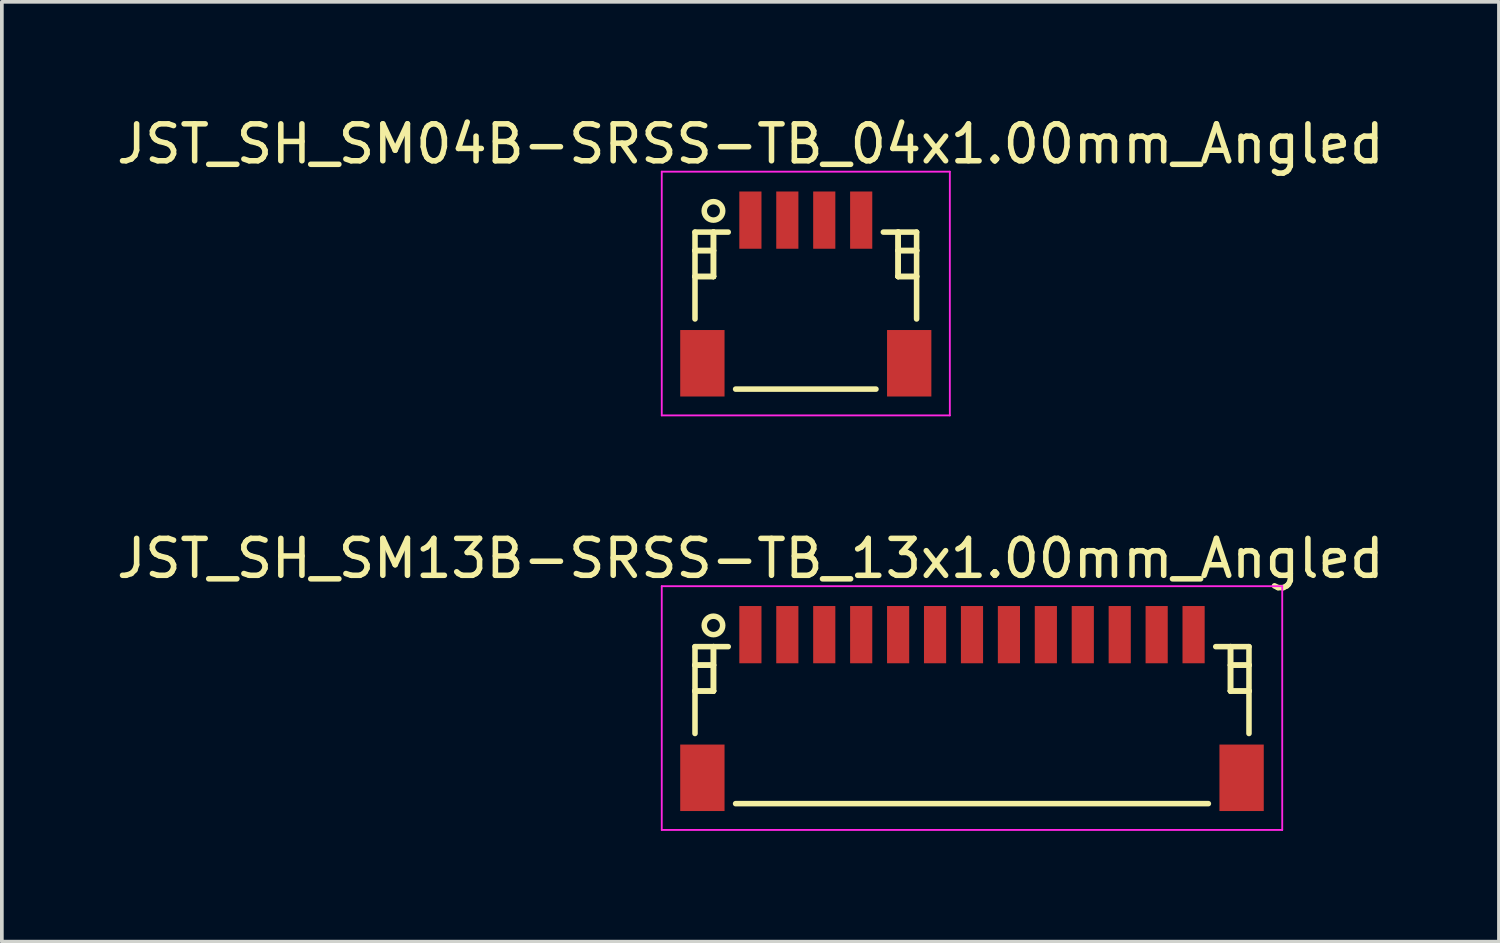
<source format=kicad_pcb>
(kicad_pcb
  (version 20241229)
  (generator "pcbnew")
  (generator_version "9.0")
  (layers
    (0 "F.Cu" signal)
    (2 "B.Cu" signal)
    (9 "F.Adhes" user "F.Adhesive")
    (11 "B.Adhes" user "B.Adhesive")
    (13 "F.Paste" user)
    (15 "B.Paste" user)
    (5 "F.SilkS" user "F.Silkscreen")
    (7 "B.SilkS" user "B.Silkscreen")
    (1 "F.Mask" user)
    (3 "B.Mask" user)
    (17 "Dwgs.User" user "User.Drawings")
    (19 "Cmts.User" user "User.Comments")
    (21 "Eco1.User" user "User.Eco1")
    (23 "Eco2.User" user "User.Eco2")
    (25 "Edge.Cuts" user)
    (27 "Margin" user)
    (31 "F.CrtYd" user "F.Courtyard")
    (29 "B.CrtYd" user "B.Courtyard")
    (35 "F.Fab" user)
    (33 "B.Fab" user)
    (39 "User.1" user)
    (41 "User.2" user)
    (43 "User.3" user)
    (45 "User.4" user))
  (footprint "JST_SH_SM13B-SRSS-TB_13x1.00mm_Angled"
    (layer "F.Cu")
    (at 23.268 16.072)
    (property "Reference" "JST_SH_SM13B-SRSS-TB_13x1.00mm_Angled" (at -6 -4 0) (layer "F.SilkS") (effects (font (size 1 1) (thickness 0.15))))
    (attr smd)
    (fp_line (start -7.5 -1.613) (end -6.6 -1.613) (stroke (width 0.15) (type solid)) (layer "F.SilkS"))
    (fp_line (start -7.5 -1.113) (end -7.5 -1.113) (stroke (width 0.15) (type solid)) (layer "F.SilkS"))
    (fp_line (start -7.5 -1.113) (end -7 -1.113) (stroke (width 0.15) (type solid)) (layer "F.SilkS"))
    (fp_line (start -7.5 -0.412) (end -7.5 -0.412) (stroke (width 0.15) (type solid)) (layer "F.SilkS"))
    (fp_line (start -7.5 -0.412) (end -7 -0.412) (stroke (width 0.15) (type solid)) (layer "F.SilkS"))
    (fp_line (start -7.5 0.738) (end -7.5 -1.613) (stroke (width 0.15) (type solid)) (layer "F.SilkS"))
    (fp_line (start -7 -1.613) (end -7 -1.613) (stroke (width 0.15) (type solid)) (layer "F.SilkS"))
    (fp_line (start -7 -1.613) (end -7 -0.412) (stroke (width 0.15) (type solid)) (layer "F.SilkS"))
    (fp_line (start -7 -1.113) (end -7.5 -1.113) (stroke (width 0.15) (type solid)) (layer "F.SilkS"))
    (fp_line (start -7 -1.113) (end -7 -1.113) (stroke (width 0.15) (type solid)) (layer "F.SilkS"))
    (fp_line (start -7 -0.412) (end -7.5 -0.412) (stroke (width 0.15) (type solid)) (layer "F.SilkS"))
    (fp_line (start -7 -0.412) (end -7 -1.613) (stroke (width 0.15) (type solid)) (layer "F.SilkS"))
    (fp_line (start -7 -0.412) (end -7 -0.412) (stroke (width 0.15) (type solid)) (layer "F.SilkS"))
    (fp_line (start -7 -0.412) (end -7 -0.412) (stroke (width 0.15) (type solid)) (layer "F.SilkS"))
    (fp_line (start -6.4 2.638) (end 6.4 2.638) (stroke (width 0.15) (type solid)) (layer "F.SilkS"))
    (fp_line (start 7 -1.613) (end 7 -1.613) (stroke (width 0.15) (type solid)) (layer "F.SilkS"))
    (fp_line (start 7 -1.613) (end 7 -0.412) (stroke (width 0.15) (type solid)) (layer "F.SilkS"))
    (fp_line (start 7 -1.113) (end 7 -1.113) (stroke (width 0.15) (type solid)) (layer "F.SilkS"))
    (fp_line (start 7 -1.113) (end 7.5 -1.113) (stroke (width 0.15) (type solid)) (layer "F.SilkS"))
    (fp_line (start 7 -0.412) (end 7 -1.613) (stroke (width 0.15) (type solid)) (layer "F.SilkS"))
    (fp_line (start 7 -0.412) (end 7 -0.412) (stroke (width 0.15) (type solid)) (layer "F.SilkS"))
    (fp_line (start 7 -0.412) (end 7 -0.412) (stroke (width 0.15) (type solid)) (layer "F.SilkS"))
    (fp_line (start 7 -0.412) (end 7.5 -0.412) (stroke (width 0.15) (type solid)) (layer "F.SilkS"))
    (fp_line (start 7.5 -1.613) (end 6.6 -1.613) (stroke (width 0.15) (type solid)) (layer "F.SilkS"))
    (fp_line (start 7.5 -1.113) (end 7 -1.113) (stroke (width 0.15) (type solid)) (layer "F.SilkS"))
    (fp_line (start 7.5 -1.113) (end 7.5 -1.113) (stroke (width 0.15) (type solid)) (layer "F.SilkS"))
    (fp_line (start 7.5 -0.412) (end 7 -0.412) (stroke (width 0.15) (type solid)) (layer "F.SilkS"))
    (fp_line (start 7.5 -0.412) (end 7.5 -0.412) (stroke (width 0.15) (type solid)) (layer "F.SilkS"))
    (fp_line (start 7.5 0.738) (end 7.5 -1.613) (stroke (width 0.15) (type solid)) (layer "F.SilkS"))
    (fp_circle (center -7 -2.188) (end -6.75 -2.188) (stroke (width 0.15) (type solid)) (fill no) (layer "F.SilkS"))
    (fp_line (start -8.4 -3.25) (end 8.4 -3.25) (stroke (width 0.05) (type solid)) (layer "F.CrtYd"))
    (fp_line (start -8.4 3.35) (end -8.4 -3.25) (stroke (width 0.05) (type solid)) (layer "F.CrtYd"))
    (fp_line (start 8.4 -3.25) (end 8.4 3.35) (stroke (width 0.05) (type solid)) (layer "F.CrtYd"))
    (fp_line (start 8.4 3.35) (end -8.4 3.35) (stroke (width 0.05) (type solid)) (layer "F.CrtYd"))
    (pad "" smd rect (at -7.3 1.938) (size 1.2 1.8) (layers "F.Cu" "F.Mask" "F.Paste"))
    (pad "" smd rect (at 7.3 1.938) (size 1.2 1.8) (layers "F.Cu" "F.Mask" "F.Paste"))
    (pad "1" smd rect (at -6 -1.938) (size 0.6 1.55) (layers "F.Cu" "F.Mask" "F.Paste"))
    (pad "2" smd rect (at -5 -1.938) (size 0.6 1.55) (layers "F.Cu" "F.Mask" "F.Paste"))
    (pad "3" smd rect (at -4 -1.938) (size 0.6 1.55) (layers "F.Cu" "F.Mask" "F.Paste"))
    (pad "4" smd rect (at -3 -1.938) (size 0.6 1.55) (layers "F.Cu" "F.Mask" "F.Paste"))
    (pad "5" smd rect (at -2 -1.938) (size 0.6 1.55) (layers "F.Cu" "F.Mask" "F.Paste"))
    (pad "6" smd rect (at -1 -1.938) (size 0.6 1.55) (layers "F.Cu" "F.Mask" "F.Paste"))
    (pad "7" smd rect (at 0 -1.938) (size 0.6 1.55) (layers "F.Cu" "F.Mask" "F.Paste"))
    (pad "8" smd rect (at 1 -1.938) (size 0.6 1.55) (layers "F.Cu" "F.Mask" "F.Paste"))
    (pad "9" smd rect (at 2 -1.938) (size 0.6 1.55) (layers "F.Cu" "F.Mask" "F.Paste"))
    (pad "10" smd rect (at 3 -1.938) (size 0.6 1.55) (layers "F.Cu" "F.Mask" "F.Paste"))
    (pad "11" smd rect (at 4 -1.938) (size 0.6 1.55) (layers "F.Cu" "F.Mask" "F.Paste"))
    (pad "12" smd rect (at 5 -1.938) (size 0.6 1.55) (layers "F.Cu" "F.Mask" "F.Paste"))
    (pad "13" smd rect (at 6 -1.938) (size 0.6 1.55) (layers "F.Cu" "F.Mask" "F.Paste")))
  (footprint "JST_SH_SM04B-SRSS-TB_04x1.00mm_Angled"
    (layer "F.Cu")
    (at 18.768 4.848)
    (property "Reference" "JST_SH_SM04B-SRSS-TB_04x1.00mm_Angled" (at -1.5 -4 0) (layer "F.SilkS") (effects (font (size 1 1) (thickness 0.15))))
    (attr smd)
    (fp_line (start -3 -1.613) (end -2.1 -1.613) (stroke (width 0.15) (type solid)) (layer "F.SilkS"))
    (fp_line (start -3 -1.113) (end -3 -1.113) (stroke (width 0.15) (type solid)) (layer "F.SilkS"))
    (fp_line (start -3 -1.113) (end -2.5 -1.113) (stroke (width 0.15) (type solid)) (layer "F.SilkS"))
    (fp_line (start -3 -0.412) (end -3 -0.412) (stroke (width 0.15) (type solid)) (layer "F.SilkS"))
    (fp_line (start -3 -0.412) (end -2.5 -0.412) (stroke (width 0.15) (type solid)) (layer "F.SilkS"))
    (fp_line (start -3 0.738) (end -3 -1.613) (stroke (width 0.15) (type solid)) (layer "F.SilkS"))
    (fp_line (start -2.5 -1.613) (end -2.5 -1.613) (stroke (width 0.15) (type solid)) (layer "F.SilkS"))
    (fp_line (start -2.5 -1.613) (end -2.5 -0.412) (stroke (width 0.15) (type solid)) (layer "F.SilkS"))
    (fp_line (start -2.5 -1.113) (end -3 -1.113) (stroke (width 0.15) (type solid)) (layer "F.SilkS"))
    (fp_line (start -2.5 -1.113) (end -2.5 -1.113) (stroke (width 0.15) (type solid)) (layer "F.SilkS"))
    (fp_line (start -2.5 -0.412) (end -3 -0.412) (stroke (width 0.15) (type solid)) (layer "F.SilkS"))
    (fp_line (start -2.5 -0.412) (end -2.5 -1.613) (stroke (width 0.15) (type solid)) (layer "F.SilkS"))
    (fp_line (start -2.5 -0.412) (end -2.5 -0.412) (stroke (width 0.15) (type solid)) (layer "F.SilkS"))
    (fp_line (start -2.5 -0.412) (end -2.5 -0.412) (stroke (width 0.15) (type solid)) (layer "F.SilkS"))
    (fp_line (start -1.9 2.638) (end 1.9 2.638) (stroke (width 0.15) (type solid)) (layer "F.SilkS"))
    (fp_line (start 2.5 -1.613) (end 2.5 -1.613) (stroke (width 0.15) (type solid)) (layer "F.SilkS"))
    (fp_line (start 2.5 -1.613) (end 2.5 -0.412) (stroke (width 0.15) (type solid)) (layer "F.SilkS"))
    (fp_line (start 2.5 -1.113) (end 2.5 -1.113) (stroke (width 0.15) (type solid)) (layer "F.SilkS"))
    (fp_line (start 2.5 -1.113) (end 3 -1.113) (stroke (width 0.15) (type solid)) (layer "F.SilkS"))
    (fp_line (start 2.5 -0.412) (end 2.5 -1.613) (stroke (width 0.15) (type solid)) (layer "F.SilkS"))
    (fp_line (start 2.5 -0.412) (end 2.5 -0.412) (stroke (width 0.15) (type solid)) (layer "F.SilkS"))
    (fp_line (start 2.5 -0.412) (end 2.5 -0.412) (stroke (width 0.15) (type solid)) (layer "F.SilkS"))
    (fp_line (start 2.5 -0.412) (end 3 -0.412) (stroke (width 0.15) (type solid)) (layer "F.SilkS"))
    (fp_line (start 3 -1.613) (end 2.1 -1.613) (stroke (width 0.15) (type solid)) (layer "F.SilkS"))
    (fp_line (start 3 -1.113) (end 2.5 -1.113) (stroke (width 0.15) (type solid)) (layer "F.SilkS"))
    (fp_line (start 3 -1.113) (end 3 -1.113) (stroke (width 0.15) (type solid)) (layer "F.SilkS"))
    (fp_line (start 3 -0.412) (end 2.5 -0.412) (stroke (width 0.15) (type solid)) (layer "F.SilkS"))
    (fp_line (start 3 -0.412) (end 3 -0.412) (stroke (width 0.15) (type solid)) (layer "F.SilkS"))
    (fp_line (start 3 0.738) (end 3 -1.613) (stroke (width 0.15) (type solid)) (layer "F.SilkS"))
    (fp_circle (center -2.5 -2.188) (end -2.25 -2.188) (stroke (width 0.15) (type solid)) (fill no) (layer "F.SilkS"))
    (fp_line (start -3.9 -3.25) (end 3.9 -3.25) (stroke (width 0.05) (type solid)) (layer "F.CrtYd"))
    (fp_line (start -3.9 3.35) (end -3.9 -3.25) (stroke (width 0.05) (type solid)) (layer "F.CrtYd"))
    (fp_line (start 3.9 -3.25) (end 3.9 3.35) (stroke (width 0.05) (type solid)) (layer "F.CrtYd"))
    (fp_line (start 3.9 3.35) (end -3.9 3.35) (stroke (width 0.05) (type solid)) (layer "F.CrtYd"))
    (pad "" smd rect (at -2.8 1.938) (size 1.2 1.8) (layers "F.Cu" "F.Mask" "F.Paste"))
    (pad "" smd rect (at 2.8 1.938) (size 1.2 1.8) (layers "F.Cu" "F.Mask" "F.Paste"))
    (pad "1" smd rect (at -1.5 -1.938) (size 0.6 1.55) (layers "F.Cu" "F.Mask" "F.Paste"))
    (pad "2" smd rect (at -0.5 -1.938) (size 0.6 1.55) (layers "F.Cu" "F.Mask" "F.Paste"))
    (pad "3" smd rect (at 0.5 -1.938) (size 0.6 1.55) (layers "F.Cu" "F.Mask" "F.Paste"))
    (pad "4" smd rect (at 1.5 -1.938) (size 0.6 1.55) (layers "F.Cu" "F.Mask" "F.Paste")))
  (gr_rect
    (start -3 -3)
    (end 37.536 22.447)
    (stroke (width 0.1) (type default))
    (fill no)
    (layer "Edge.Cuts")))
</source>
